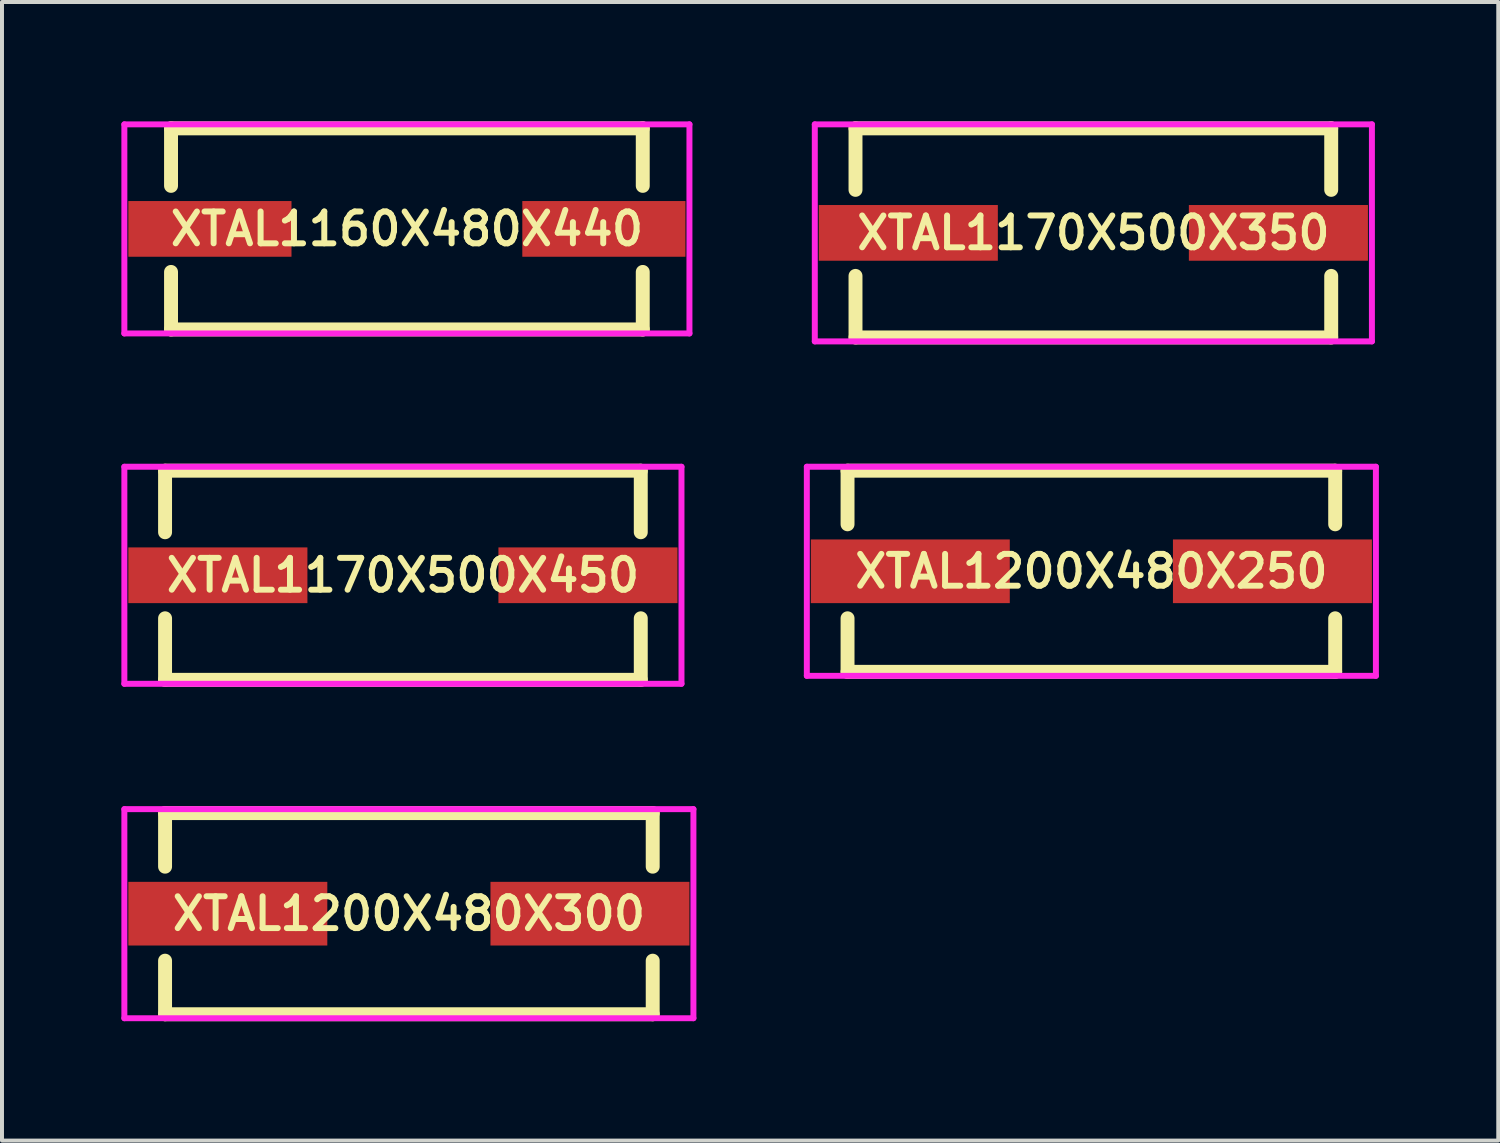
<source format=kicad_pcb>
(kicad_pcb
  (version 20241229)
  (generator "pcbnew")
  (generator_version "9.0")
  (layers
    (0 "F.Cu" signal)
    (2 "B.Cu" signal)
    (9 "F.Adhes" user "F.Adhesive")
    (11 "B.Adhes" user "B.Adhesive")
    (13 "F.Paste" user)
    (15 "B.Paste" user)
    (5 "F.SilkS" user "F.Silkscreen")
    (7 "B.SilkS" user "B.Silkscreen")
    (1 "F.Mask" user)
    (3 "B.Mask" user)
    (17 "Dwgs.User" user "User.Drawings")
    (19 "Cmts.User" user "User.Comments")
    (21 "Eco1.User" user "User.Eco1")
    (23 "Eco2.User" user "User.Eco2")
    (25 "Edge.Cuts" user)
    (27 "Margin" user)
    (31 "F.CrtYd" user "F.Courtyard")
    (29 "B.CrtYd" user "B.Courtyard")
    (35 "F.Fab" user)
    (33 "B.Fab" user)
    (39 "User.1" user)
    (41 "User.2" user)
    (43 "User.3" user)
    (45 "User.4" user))
  (footprint "XTAL1200X480X250"
    (layer "F.Cu")
    (at 24.375 11.306)
    (property "Reference" "XTAL1200X480X250" (at 0 0 0) (layer "F.SilkS") (effects (font (size 0.8 0.8) (thickness 0.15))))
    (attr smd)
    (fp_line (start -6.127 -2.527) (end 6.127 -2.527) (stroke (width 0.35) (type solid)) (layer "F.SilkS"))
    (fp_line (start -6.127 -1.181) (end -6.127 -2.527) (stroke (width 0.35) (type solid)) (layer "F.SilkS"))
    (fp_line (start -6.127 1.181) (end -6.127 2.527) (stroke (width 0.35) (type solid)) (layer "F.SilkS"))
    (fp_line (start -6.127 2.527) (end 6.127 2.527) (stroke (width 0.35) (type solid)) (layer "F.SilkS"))
    (fp_line (start 6.127 -2.527) (end 6.127 -1.181) (stroke (width 0.35) (type solid)) (layer "F.SilkS"))
    (fp_line (start 6.127 2.527) (end 6.127 1.181) (stroke (width 0.35) (type solid)) (layer "F.SilkS"))
    (fp_line (start -7.15 -2.627) (end 7.15 -2.627) (stroke (width 0.15) (type solid)) (layer "F.CrtYd"))
    (fp_line (start -7.15 2.627) (end -7.15 -2.627) (stroke (width 0.15) (type solid)) (layer "F.CrtYd"))
    (fp_line (start 7.15 -2.627) (end 7.15 2.627) (stroke (width 0.15) (type solid)) (layer "F.CrtYd"))
    (fp_line (start 7.15 2.627) (end -7.15 2.627) (stroke (width 0.15) (type solid)) (layer "F.CrtYd"))
    (pad "1" smd rect (at -4.55 0) (size 5 1.6) (layers "F.Cu" "F.Mask" "F.Paste"))
    (pad "2" smd rect (at 4.55 0) (size 5 1.6) (layers "F.Cu" "F.Mask" "F.Paste")))
  (footprint "XTAL1200X480X300"
    (layer "F.Cu")
    (at 7.225 19.91)
    (property "Reference" "XTAL1200X480X300" (at 0 0 0) (layer "F.SilkS") (effects (font (size 0.8 0.8) (thickness 0.15))))
    (attr smd)
    (fp_line (start -6.127 -2.527) (end 6.127 -2.527) (stroke (width 0.35) (type solid)) (layer "F.SilkS"))
    (fp_line (start -6.127 -1.181) (end -6.127 -2.527) (stroke (width 0.35) (type solid)) (layer "F.SilkS"))
    (fp_line (start -6.127 1.181) (end -6.127 2.527) (stroke (width 0.35) (type solid)) (layer "F.SilkS"))
    (fp_line (start -6.127 2.527) (end 6.127 2.527) (stroke (width 0.35) (type solid)) (layer "F.SilkS"))
    (fp_line (start 6.127 -2.527) (end 6.127 -1.181) (stroke (width 0.35) (type solid)) (layer "F.SilkS"))
    (fp_line (start 6.127 2.527) (end 6.127 1.181) (stroke (width 0.35) (type solid)) (layer "F.SilkS"))
    (fp_line (start -7.15 -2.627) (end 7.15 -2.627) (stroke (width 0.15) (type solid)) (layer "F.CrtYd"))
    (fp_line (start -7.15 2.627) (end -7.15 -2.627) (stroke (width 0.15) (type solid)) (layer "F.CrtYd"))
    (fp_line (start 7.15 -2.627) (end 7.15 2.627) (stroke (width 0.15) (type solid)) (layer "F.CrtYd"))
    (fp_line (start 7.15 2.627) (end -7.15 2.627) (stroke (width 0.15) (type solid)) (layer "F.CrtYd"))
    (pad "1" smd rect (at -4.55 0) (size 5 1.6) (layers "F.Cu" "F.Mask" "F.Paste"))
    (pad "2" smd rect (at 4.55 0) (size 5 1.6) (layers "F.Cu" "F.Mask" "F.Paste")))
  (footprint "XTAL1160X480X440"
    (layer "F.Cu")
    (at 7.175 2.702)
    (property "Reference" "XTAL1160X480X440" (at 0 0 0) (layer "F.SilkS") (effects (font (size 0.8 0.8) (thickness 0.15))))
    (attr smd)
    (fp_line (start -5.927 -2.527) (end 5.927 -2.527) (stroke (width 0.35) (type solid)) (layer "F.SilkS"))
    (fp_line (start -5.927 -1.081) (end -5.927 -2.527) (stroke (width 0.35) (type solid)) (layer "F.SilkS"))
    (fp_line (start -5.927 1.081) (end -5.927 2.527) (stroke (width 0.35) (type solid)) (layer "F.SilkS"))
    (fp_line (start -5.927 2.527) (end 5.927 2.527) (stroke (width 0.35) (type solid)) (layer "F.SilkS"))
    (fp_line (start 5.927 -2.527) (end 5.927 -1.081) (stroke (width 0.35) (type solid)) (layer "F.SilkS"))
    (fp_line (start 5.927 2.527) (end 5.927 1.081) (stroke (width 0.35) (type solid)) (layer "F.SilkS"))
    (fp_line (start -7.1 -2.627) (end 7.1 -2.627) (stroke (width 0.15) (type solid)) (layer "F.CrtYd"))
    (fp_line (start -7.1 2.627) (end -7.1 -2.627) (stroke (width 0.15) (type solid)) (layer "F.CrtYd"))
    (fp_line (start 7.1 -2.627) (end 7.1 2.627) (stroke (width 0.15) (type solid)) (layer "F.CrtYd"))
    (fp_line (start 7.1 2.627) (end -7.1 2.627) (stroke (width 0.15) (type solid)) (layer "F.CrtYd"))
    (pad "1" smd rect (at -4.95 0) (size 4.1 1.4) (layers "F.Cu" "F.Mask" "F.Paste"))
    (pad "2" smd rect (at 4.95 0) (size 4.1 1.4) (layers "F.Cu" "F.Mask" "F.Paste")))
  (footprint "XTAL1170X500X450"
    (layer "F.Cu")
    (at 7.075 11.406)
    (property "Reference" "XTAL1170X500X450" (at 0 0 0) (layer "F.SilkS") (effects (font (size 0.8 0.8) (thickness 0.15))))
    (attr smd)
    (fp_line (start -5.977 -2.627) (end 5.977 -2.627) (stroke (width 0.35) (type solid)) (layer "F.SilkS"))
    (fp_line (start -5.977 -1.081) (end -5.977 -2.627) (stroke (width 0.35) (type solid)) (layer "F.SilkS"))
    (fp_line (start -5.977 1.081) (end -5.977 2.627) (stroke (width 0.35) (type solid)) (layer "F.SilkS"))
    (fp_line (start -5.977 2.627) (end 5.977 2.627) (stroke (width 0.35) (type solid)) (layer "F.SilkS"))
    (fp_line (start 5.977 -2.627) (end 5.977 -1.081) (stroke (width 0.35) (type solid)) (layer "F.SilkS"))
    (fp_line (start 5.977 2.627) (end 5.977 1.081) (stroke (width 0.35) (type solid)) (layer "F.SilkS"))
    (fp_line (start -7 -2.727) (end 7 -2.727) (stroke (width 0.15) (type solid)) (layer "F.CrtYd"))
    (fp_line (start -7 2.727) (end -7 -2.727) (stroke (width 0.15) (type solid)) (layer "F.CrtYd"))
    (fp_line (start 7 -2.727) (end 7 2.727) (stroke (width 0.15) (type solid)) (layer "F.CrtYd"))
    (fp_line (start 7 2.727) (end -7 2.727) (stroke (width 0.15) (type solid)) (layer "F.CrtYd"))
    (pad "1" smd rect (at -4.65 0) (size 4.5 1.4) (layers "F.Cu" "F.Mask" "F.Paste"))
    (pad "2" smd rect (at 4.65 0) (size 4.5 1.4) (layers "F.Cu" "F.Mask" "F.Paste")))
  (footprint "XTAL1170X500X350"
    (layer "F.Cu")
    (at 24.425 2.802)
    (property "Reference" "XTAL1170X500X350" (at 0 0 0) (layer "F.SilkS") (effects (font (size 0.8 0.8) (thickness 0.15))))
    (attr smd)
    (fp_line (start -5.977 -2.627) (end 5.977 -2.627) (stroke (width 0.35) (type solid)) (layer "F.SilkS"))
    (fp_line (start -5.977 -1.081) (end -5.977 -2.627) (stroke (width 0.35) (type solid)) (layer "F.SilkS"))
    (fp_line (start -5.977 1.081) (end -5.977 2.627) (stroke (width 0.35) (type solid)) (layer "F.SilkS"))
    (fp_line (start -5.977 2.627) (end 5.977 2.627) (stroke (width 0.35) (type solid)) (layer "F.SilkS"))
    (fp_line (start 5.977 -2.627) (end 5.977 -1.081) (stroke (width 0.35) (type solid)) (layer "F.SilkS"))
    (fp_line (start 5.977 2.627) (end 5.977 1.081) (stroke (width 0.35) (type solid)) (layer "F.SilkS"))
    (fp_line (start -7 -2.727) (end 7 -2.727) (stroke (width 0.15) (type solid)) (layer "F.CrtYd"))
    (fp_line (start -7 2.727) (end -7 -2.727) (stroke (width 0.15) (type solid)) (layer "F.CrtYd"))
    (fp_line (start 7 -2.727) (end 7 2.727) (stroke (width 0.15) (type solid)) (layer "F.CrtYd"))
    (fp_line (start 7 2.727) (end -7 2.727) (stroke (width 0.15) (type solid)) (layer "F.CrtYd"))
    (pad "1" smd rect (at -4.65 0) (size 4.5 1.4) (layers "F.Cu" "F.Mask" "F.Paste"))
    (pad "2" smd rect (at 4.65 0) (size 4.5 1.4) (layers "F.Cu" "F.Mask" "F.Paste")))
  (gr_rect
    (start -3 -3)
    (end 34.6 25.612)
    (stroke (width 0.1) (type default))
    (fill no)
    (layer "Edge.Cuts")))
</source>
